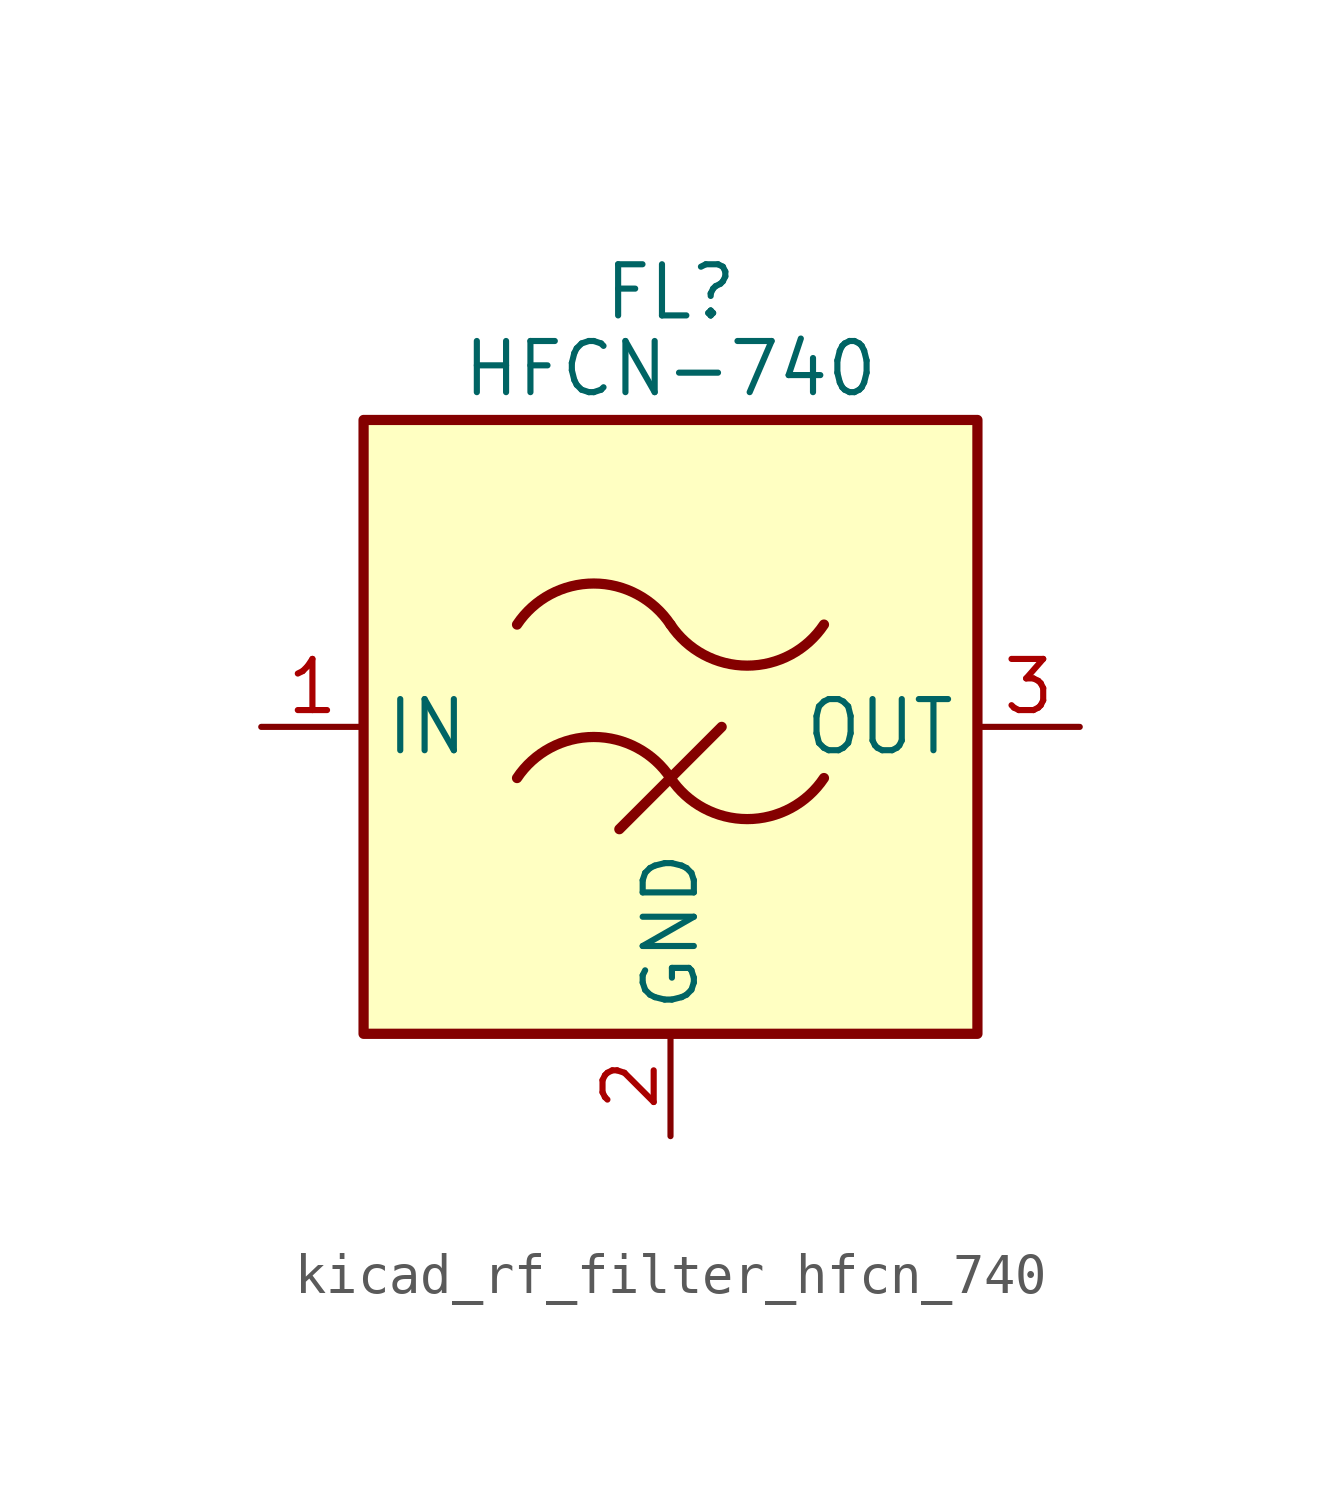
<source format=kicad_sym>
(kicad_symbol_lib
  (version 20220914)
  (generator kicad_symbol_editor)
  (symbol "kicad_rf_filter_hfcn_740"
    (property "Reference" "FL"
      (at 0 10.795 0)
      (effects (font (size 1.27 1.27))))
    (property "Value" "HFCN-740"
      (at 0 8.89 0)
      (effects (font (size 1.27 1.27))))
    (symbol "kicad_rf_filter_hfcn_740_0_1"
      (rectangle (start -7.62 7.62) (end 7.62 -7.62) (stroke (width 0.254) (type default)) (fill (type background)))
      (arc (start 0 -1.27) (mid -1.905 -0.2505) (end -3.81 -1.27) (stroke (width 0.254) (type default)) (fill (type none)))
      (arc (start 0 -1.27) (mid 1.905 -2.2895) (end 3.81 -1.27) (stroke (width 0.254) (type default)) (fill (type none)))
      (polyline (pts (xy -1.27 -2.54) (xy 1.27 0)) (stroke (width 0.254) (type default)) (fill (type none)))
      (arc (start 0 2.54) (mid -1.905 3.5595) (end -3.81 2.54) (stroke (width 0.254) (type default)) (fill (type none)))
      (arc (start 0 2.54) (mid 1.905 1.5205) (end 3.81 2.54) (stroke (width 0.254) (type default)) (fill (type none))))
    (symbol "kicad_rf_filter_hfcn_740_1_1"
      (pin passive line (at -10.16 0 0) (length 2.54) (name "IN" (effects (font (size 1.27 1.27)))) (number "1" (effects (font (size 1.27 1.27)))))
      (pin passive line (at 0 -10.16 90) (length 2.54) (name "GND" (effects (font (size 1.27 1.27)))) (number "2" (effects (font (size 1.27 1.27)))))
      (pin passive line (at 10.16 0 180) (length 2.54) (name "OUT" (effects (font (size 1.27 1.27)))) (number "3" (effects (font (size 1.27 1.27)))))
      (pin passive line (at 0 -10.16 90) (length 2.54) hide (name "GND" (effects (font (size 1.27 1.27)))) (number "4" (effects (font (size 1.27 1.27))))))))
</source>
